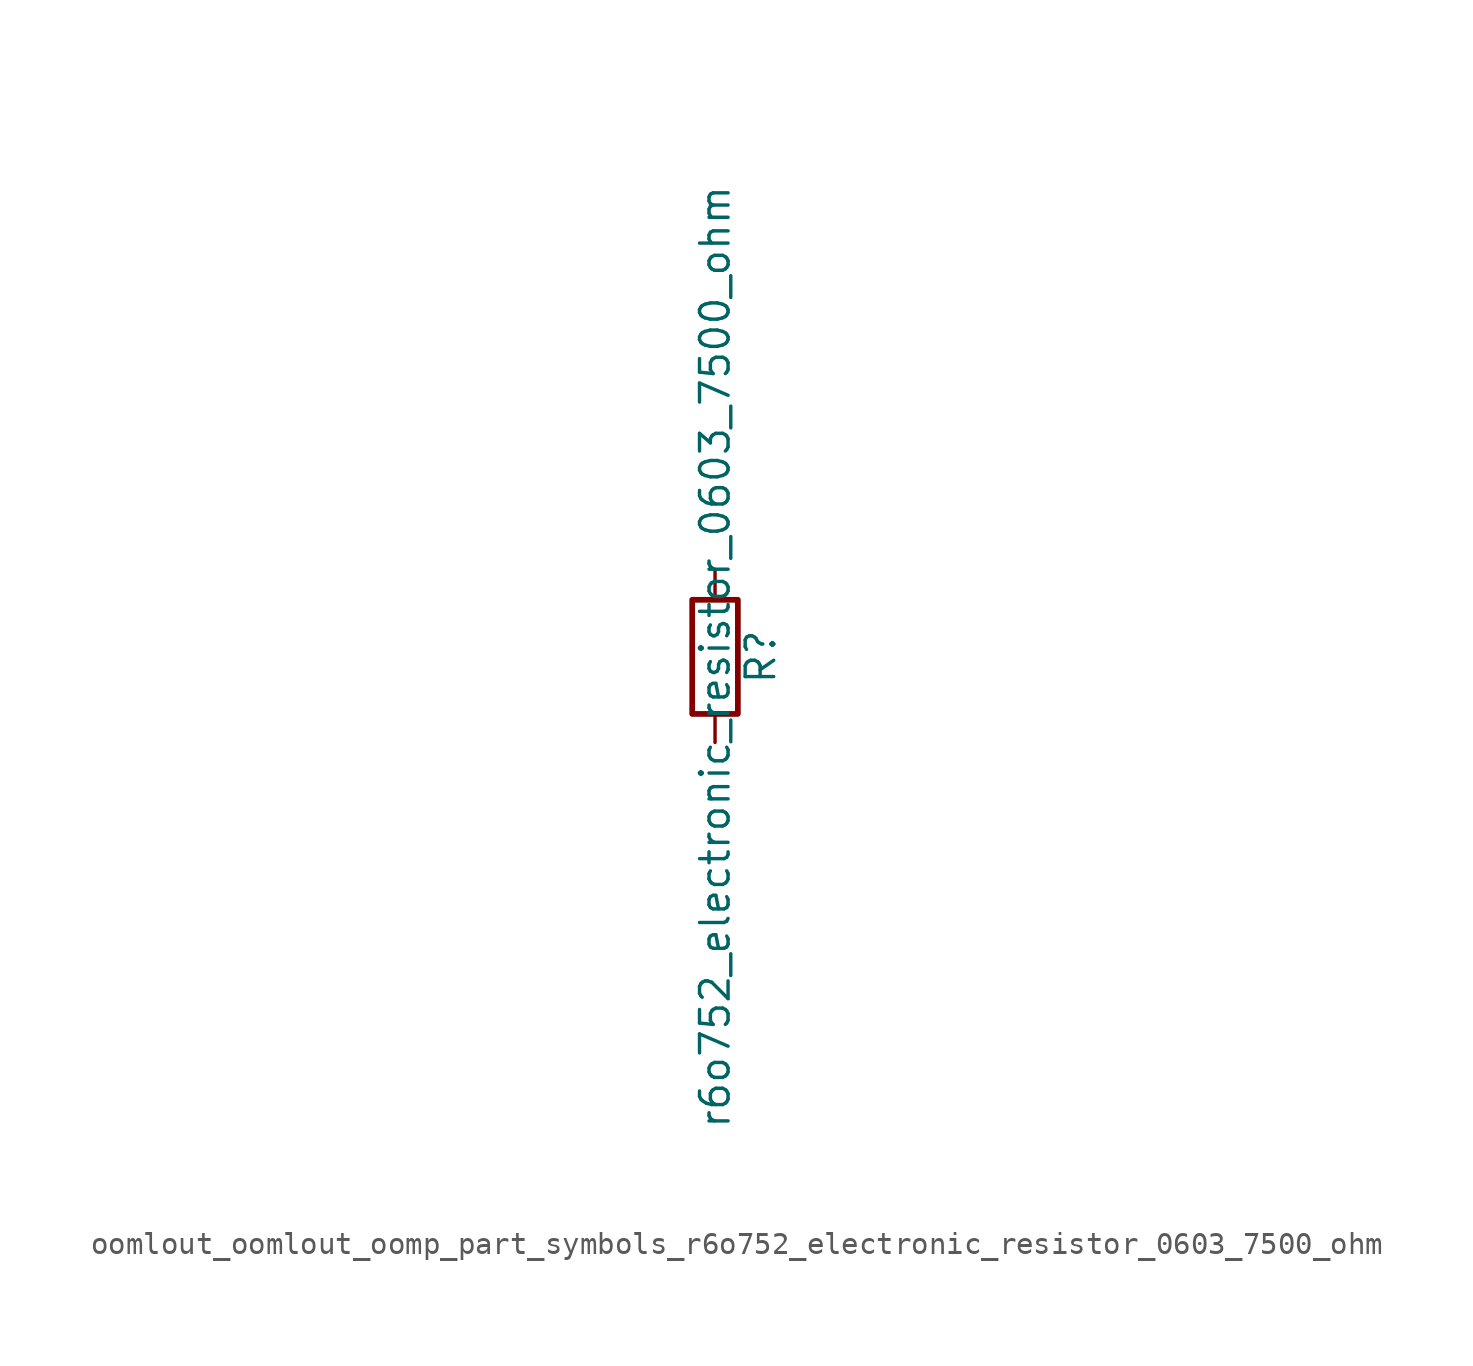
<source format=kicad_sym>
(kicad_symbol_lib
  (version 20220914)
  (generator kicad_symbol_editor)
  (symbol "oomlout_oomlout_oomp_part_symbols_r6o752_electronic_resistor_0603_7500_ohm"
    (pin_numbers hide)
    (pin_names
      (offset 0))
    (property "Reference" "R"
      (at 2.032 0 90)
      (effects (font (size 1.27 1.27))))
    (property "Value" "r6o752_electronic_resistor_0603_7500_ohm"
      (at 0 0 90)
      (effects (font (size 1.27 1.27))))
    (symbol "oomlout_oomlout_oomp_part_symbols_r6o752_electronic_resistor_0603_7500_ohm_0_1"
      (rectangle (start -1.016 -2.54) (end 1.016 2.54) (stroke (width 0.254) (type default)) (fill (type none))))
    (symbol "oomlout_oomlout_oomp_part_symbols_r6o752_electronic_resistor_0603_7500_ohm_1_1"
      (pin passive line (at 0 3.81 270) (length 1.27) (name "~" (effects (font (size 1.27 1.27)))) (number "1" (effects (font (size 1.27 1.27)))))
      (pin passive line (at 0 -3.81 90) (length 1.27) (name "~" (effects (font (size 1.27 1.27)))) (number "2" (effects (font (size 1.27 1.27))))))))
</source>
